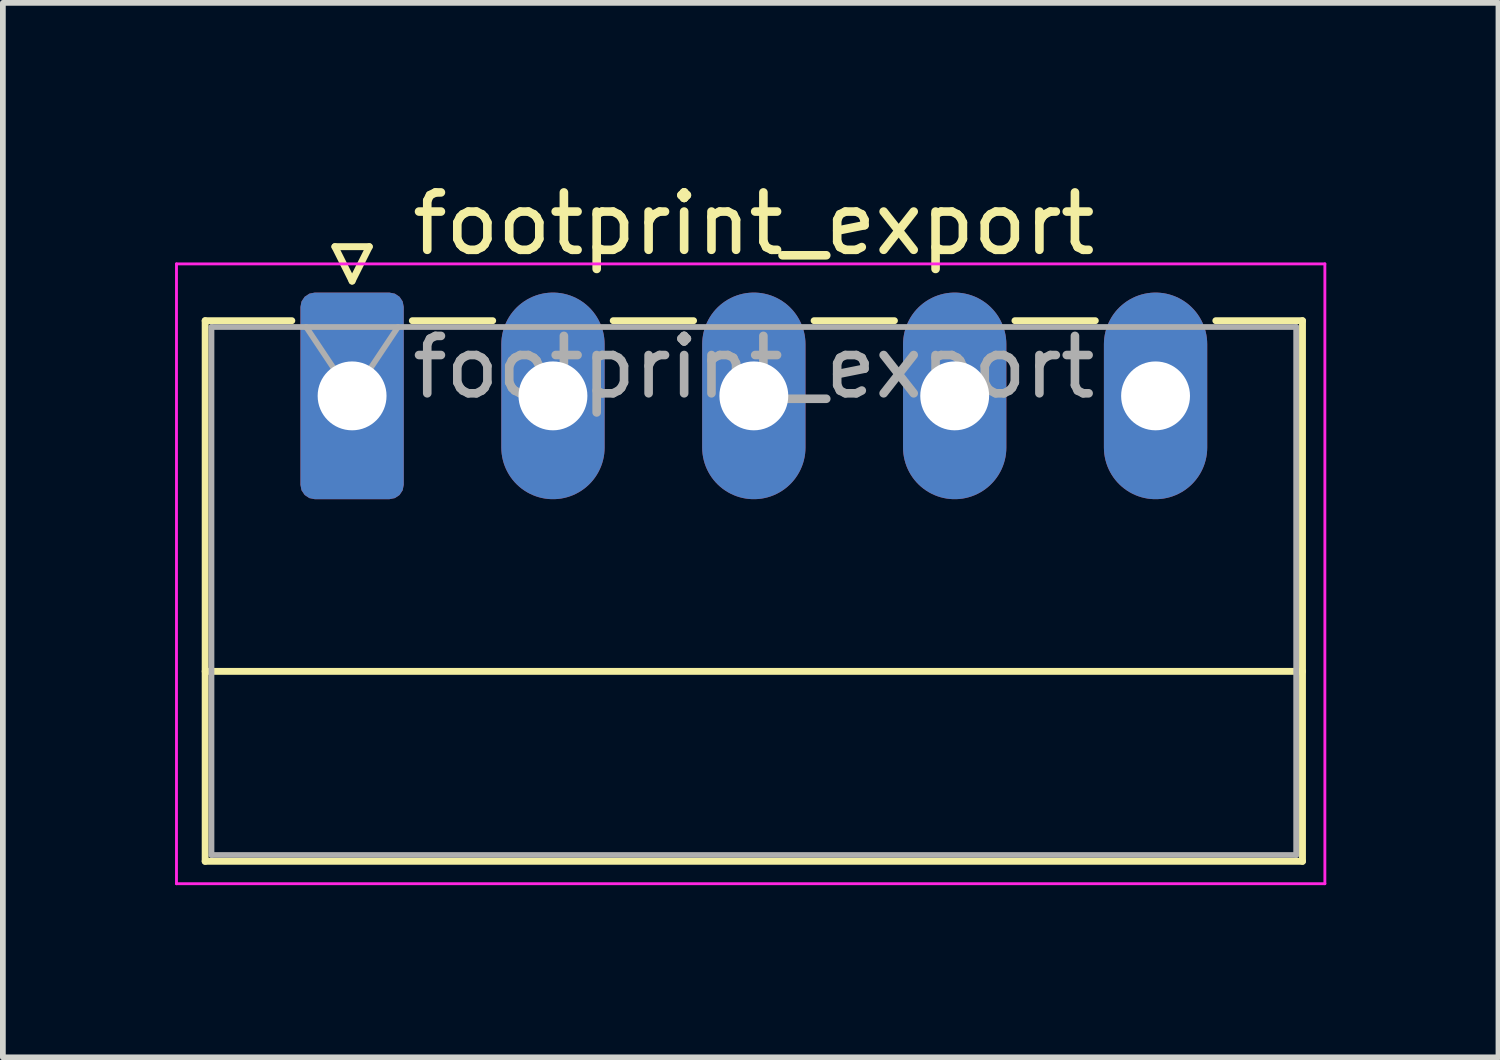
<source format=kicad_pcb>
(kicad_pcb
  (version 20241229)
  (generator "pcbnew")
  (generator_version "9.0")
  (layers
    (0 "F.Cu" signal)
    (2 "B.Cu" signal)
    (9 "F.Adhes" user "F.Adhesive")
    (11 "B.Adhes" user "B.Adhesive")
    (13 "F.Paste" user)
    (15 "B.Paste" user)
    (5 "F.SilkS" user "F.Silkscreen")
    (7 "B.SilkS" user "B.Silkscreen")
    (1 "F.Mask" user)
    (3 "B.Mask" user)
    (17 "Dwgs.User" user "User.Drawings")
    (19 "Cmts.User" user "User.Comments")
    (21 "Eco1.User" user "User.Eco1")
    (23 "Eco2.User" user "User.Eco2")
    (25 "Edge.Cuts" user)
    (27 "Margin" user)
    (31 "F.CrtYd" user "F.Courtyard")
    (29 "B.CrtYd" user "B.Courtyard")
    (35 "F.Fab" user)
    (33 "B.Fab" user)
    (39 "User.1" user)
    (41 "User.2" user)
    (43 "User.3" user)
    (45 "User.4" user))
  (footprint "footprint_export"
    (layer "F.Cu")
    (at 3.085 3.848)
    (property "Reference" "footprint_export" (at 7 -3 0) (layer "F.SilkS") (effects (font (size 1 1) (thickness 0.15))))
    (attr through_hole)
    (fp_line (start -2.56 -1.31) (end -2.56 8.11) (stroke (width 0.12) (type solid)) (layer "F.SilkS"))
    (fp_line (start -2.56 -1.31) (end -1.05 -1.31) (stroke (width 0.12) (type solid)) (layer "F.SilkS"))
    (fp_line (start -2.56 4.8) (end 16.56 4.8) (stroke (width 0.12) (type solid)) (layer "F.SilkS"))
    (fp_line (start -2.56 8.11) (end 16.56 8.11) (stroke (width 0.12) (type solid)) (layer "F.SilkS"))
    (fp_line (start -0.3 -2.6) (end 0.3 -2.6) (stroke (width 0.12) (type solid)) (layer "F.SilkS"))
    (fp_line (start 0 -2) (end -0.3 -2.6) (stroke (width 0.12) (type solid)) (layer "F.SilkS"))
    (fp_line (start 0.3 -2.6) (end 0 -2) (stroke (width 0.12) (type solid)) (layer "F.SilkS"))
    (fp_line (start 1.05 -1.31) (end 2.45 -1.31) (stroke (width 0.12) (type solid)) (layer "F.SilkS"))
    (fp_line (start 4.55 -1.31) (end 5.95 -1.31) (stroke (width 0.12) (type solid)) (layer "F.SilkS"))
    (fp_line (start 8.05 -1.31) (end 9.45 -1.31) (stroke (width 0.12) (type solid)) (layer "F.SilkS"))
    (fp_line (start 11.55 -1.31) (end 12.95 -1.31) (stroke (width 0.12) (type solid)) (layer "F.SilkS"))
    (fp_line (start 16.56 -1.31) (end 15.05 -1.31) (stroke (width 0.12) (type solid)) (layer "F.SilkS"))
    (fp_line (start 16.56 8.11) (end 16.56 -1.31) (stroke (width 0.12) (type solid)) (layer "F.SilkS"))
    (fp_line (start -3.06 -2.3) (end -3.06 8.5) (stroke (width 0.05) (type solid)) (layer "F.CrtYd"))
    (fp_line (start -3.06 8.5) (end 16.95 8.5) (stroke (width 0.05) (type solid)) (layer "F.CrtYd"))
    (fp_line (start 16.95 -2.3) (end -3.06 -2.3) (stroke (width 0.05) (type solid)) (layer "F.CrtYd"))
    (fp_line (start 16.95 8.5) (end 16.95 -2.3) (stroke (width 0.05) (type solid)) (layer "F.CrtYd"))
    (fp_line (start -2.45 -1.2) (end -2.45 8) (stroke (width 0.1) (type solid)) (layer "F.Fab"))
    (fp_line (start -2.45 8) (end 16.45 8) (stroke (width 0.1) (type solid)) (layer "F.Fab"))
    (fp_line (start 0 0) (end -0.8 -1.2) (stroke (width 0.1) (type solid)) (layer "F.Fab"))
    (fp_line (start 0.8 -1.2) (end 0 0) (stroke (width 0.1) (type solid)) (layer "F.Fab"))
    (fp_line (start 16.45 -1.2) (end -2.45 -1.2) (stroke (width 0.1) (type solid)) (layer "F.Fab"))
    (fp_line (start 16.45 8) (end 16.45 -1.2) (stroke (width 0.1) (type solid)) (layer "F.Fab"))
    (fp_text user "${REFERENCE}" (at 7 -0.5 0) (layer "F.Fab") (effects (font (size 1 1) (thickness 0.15))))
    (pad "1" thru_hole roundrect (at 0 0) (size 1.8 3.6) (drill 1.2) (layers "*.Cu" "*.Mask") (roundrect_rratio 0.139))
    (pad "2" thru_hole oval (at 3.5 0) (size 1.8 3.6) (drill 1.2) (layers "*.Cu" "*.Mask"))
    (pad "3" thru_hole oval (at 7 0) (size 1.8 3.6) (drill 1.2) (layers "*.Cu" "*.Mask"))
    (pad "4" thru_hole oval (at 10.5 0) (size 1.8 3.6) (drill 1.2) (layers "*.Cu" "*.Mask"))
    (pad "5" thru_hole oval (at 14 0) (size 1.8 3.6) (drill 1.2) (layers "*.Cu" "*.Mask")))
  (gr_rect
    (start -3 -3)
    (end 23.06 15.373)
    (stroke (width 0.1) (type default))
    (fill no)
    (layer "Edge.Cuts")))
</source>
